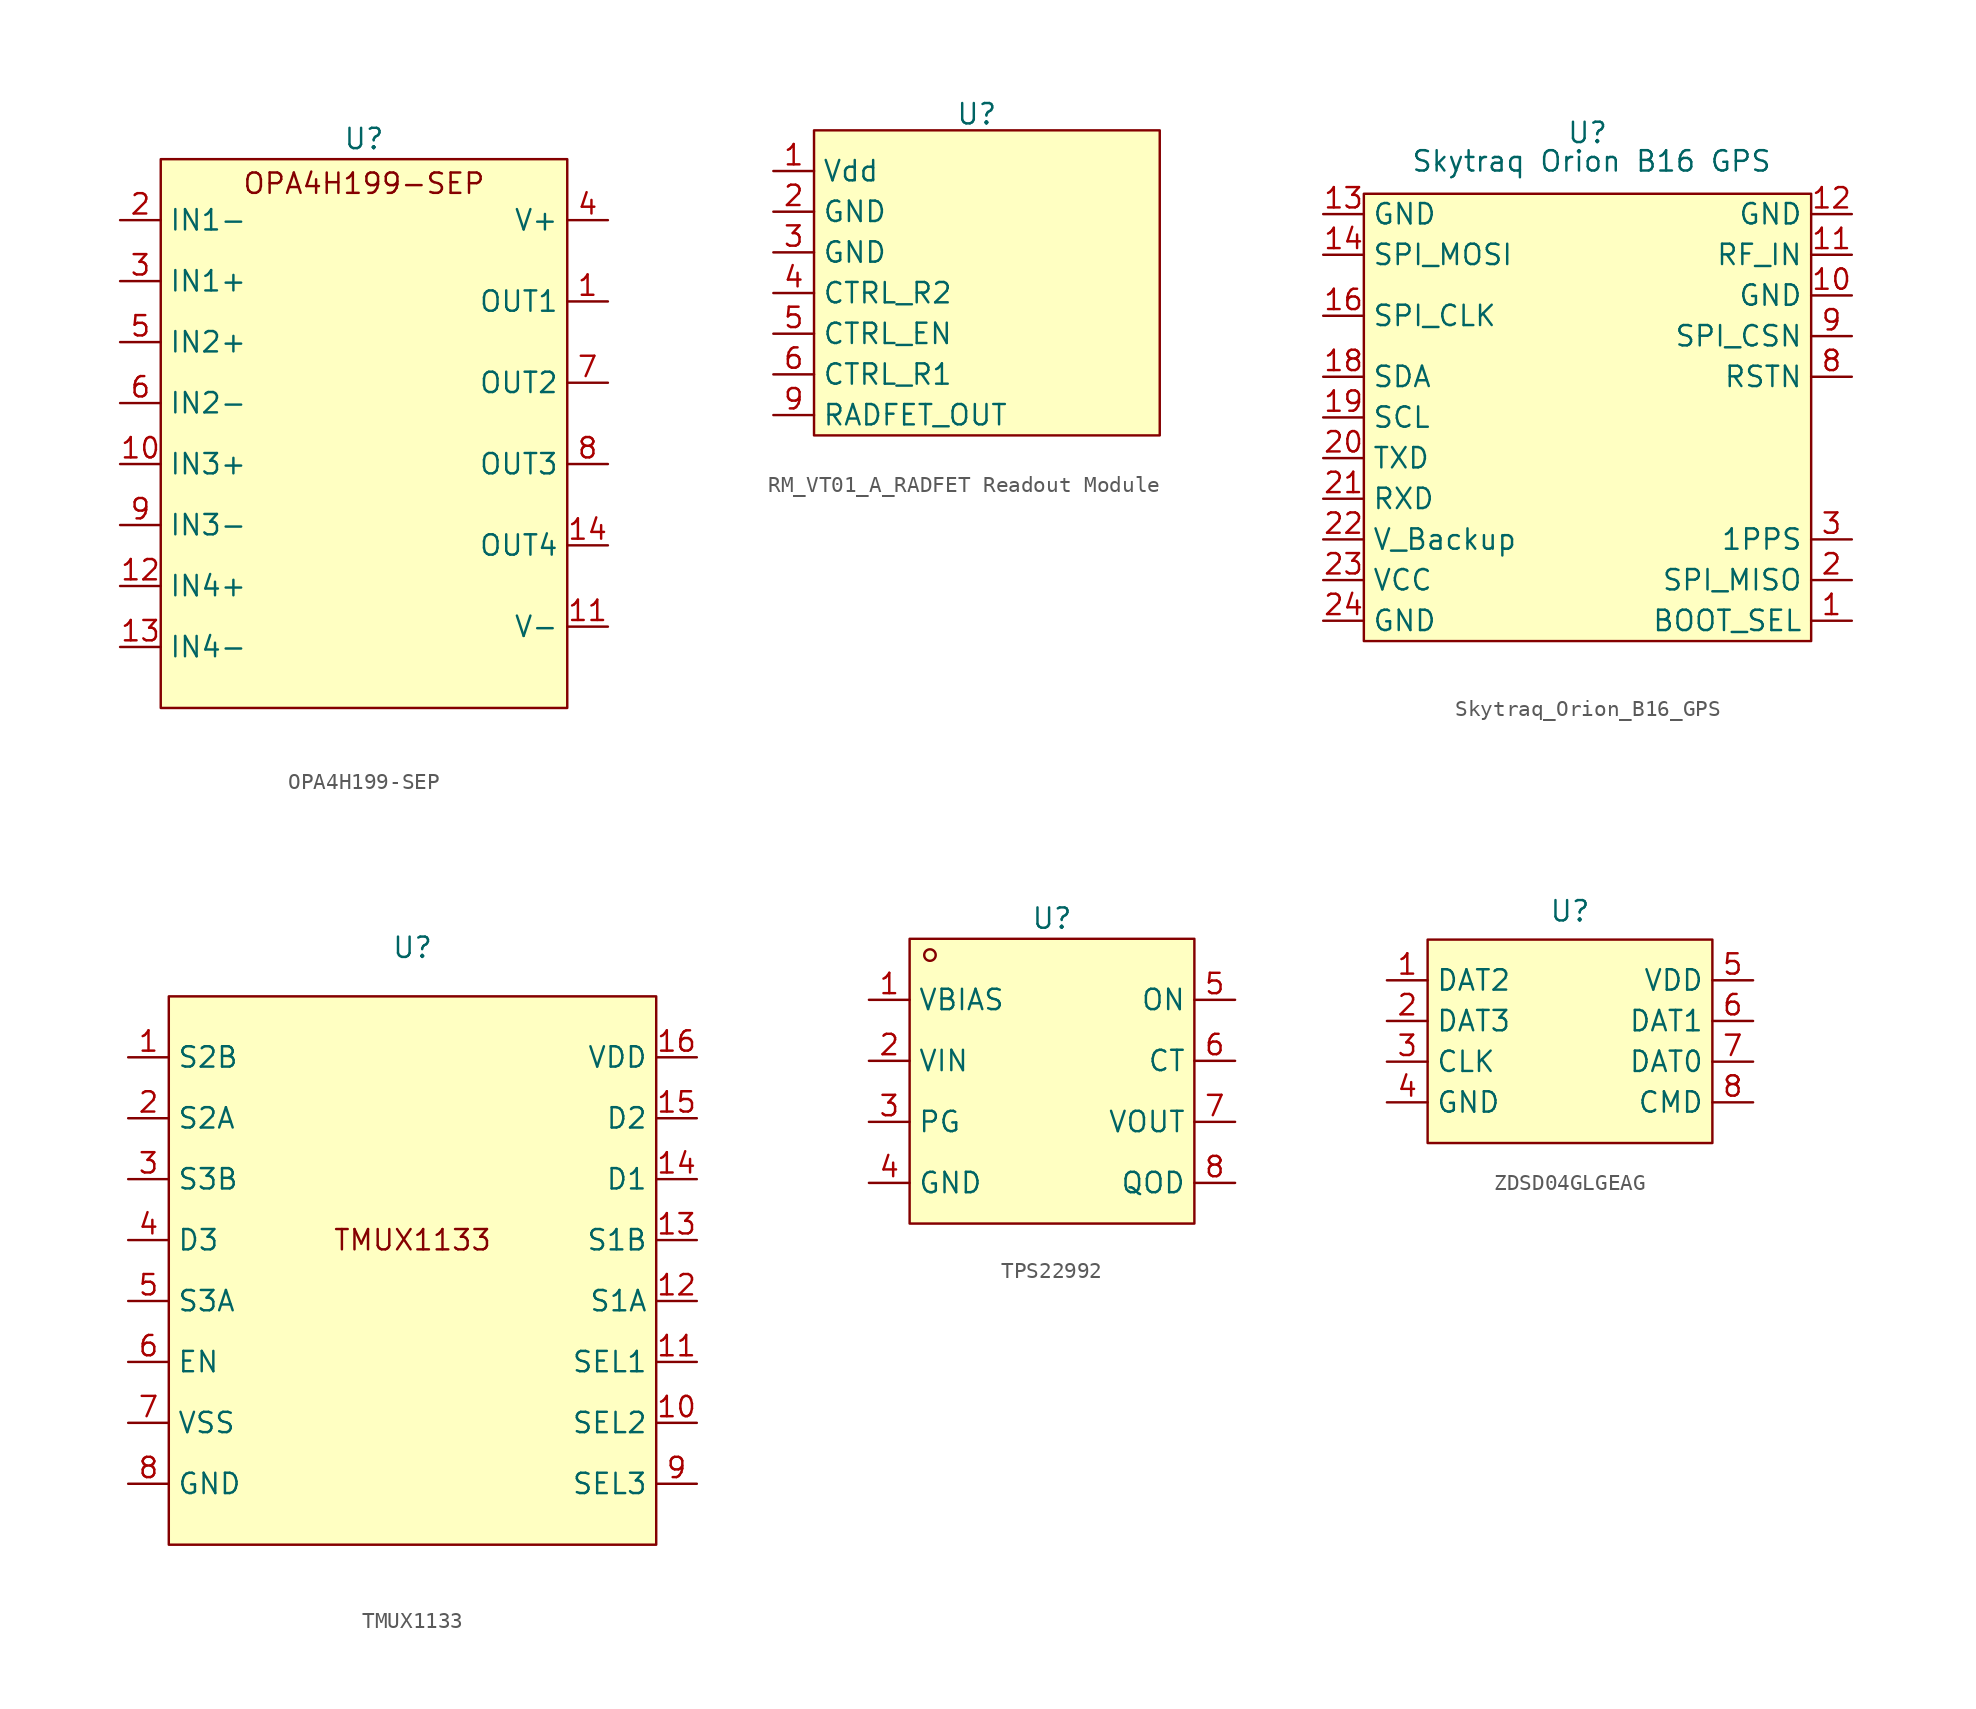
<source format=kicad_sym>
(kicad_symbol_lib
  (version 20241209)
  (generator "kicad_symbol_editor")
  (generator_version "9.0")
  (symbol "OPA4H199-SEP"
    (property "Reference" "U"
      (at 0 1.27 0)
      (effects (font (size 1.27 1.27))))
    (property "Value" ""
      (at 0 0 0)
      (effects (font (size 1.27 1.27))))
    (symbol "OPA4H199-SEP_1_1"
      (rectangle (start -12.7 0) (end 12.7 -34.29) (stroke (width 0) (type solid)) (fill (type background)))
      (text "OPA4H199-SEP" (at 0 -1.524 0) (effects (font (size 1.27 1.27))))
      (pin input line (at -15.24 -3.81 0) (length 2.54) (name "IN1-" (effects (font (size 1.27 1.27)))) (number "2" (effects (font (size 1.27 1.27)))))
      (pin input line (at -15.24 -7.62 0) (length 2.54) (name "IN1+" (effects (font (size 1.27 1.27)))) (number "3" (effects (font (size 1.27 1.27)))))
      (pin input line (at -15.24 -11.43 0) (length 2.54) (name "IN2+" (effects (font (size 1.27 1.27)))) (number "5" (effects (font (size 1.27 1.27)))))
      (pin input line (at -15.24 -15.24 0) (length 2.54) (name "IN2-" (effects (font (size 1.27 1.27)))) (number "6" (effects (font (size 1.27 1.27)))))
      (pin input line (at -15.24 -19.05 0) (length 2.54) (name "IN3+" (effects (font (size 1.27 1.27)))) (number "10" (effects (font (size 1.27 1.27)))))
      (pin input line (at -15.24 -22.86 0) (length 2.54) (name "IN3-" (effects (font (size 1.27 1.27)))) (number "9" (effects (font (size 1.27 1.27)))))
      (pin input line (at -15.24 -26.67 0) (length 2.54) (name "IN4+" (effects (font (size 1.27 1.27)))) (number "12" (effects (font (size 1.27 1.27)))))
      (pin input line (at -15.24 -30.48 0) (length 2.54) (name "IN4-" (effects (font (size 1.27 1.27)))) (number "13" (effects (font (size 1.27 1.27)))))
      (pin input line (at 15.24 -3.81 180) (length 2.54) (name "V+" (effects (font (size 1.27 1.27)))) (number "4" (effects (font (size 1.27 1.27)))))
      (pin output line (at 15.24 -8.89 180) (length 2.54) (name "OUT1" (effects (font (size 1.27 1.27)))) (number "1" (effects (font (size 1.27 1.27)))))
      (pin output line (at 15.24 -13.97 180) (length 2.54) (name "OUT2" (effects (font (size 1.27 1.27)))) (number "7" (effects (font (size 1.27 1.27)))))
      (pin output line (at 15.24 -19.05 180) (length 2.54) (name "OUT3" (effects (font (size 1.27 1.27)))) (number "8" (effects (font (size 1.27 1.27)))))
      (pin output line (at 15.24 -24.13 180) (length 2.54) (name "OUT4" (effects (font (size 1.27 1.27)))) (number "14" (effects (font (size 1.27 1.27)))))
      (pin input line (at 15.24 -29.21 180) (length 2.54) (name "V-" (effects (font (size 1.27 1.27)))) (number "11" (effects (font (size 1.27 1.27)))))))
  (symbol "RM_VT01_A_RADFET Readout Module"
    (property "Reference" "U"
      (at 0 3.556 0)
      (effects (font (size 1.27 1.27))))
    (property "Value" ""
      (at 0 0 0)
      (effects (font (size 1.27 1.27))))
    (symbol "RM_VT01_A_RADFET Readout Module_1_1"
      (rectangle (start -10.16 2.54) (end 11.43 -16.51) (stroke (width 0) (type solid)) (fill (type background)))
      (pin input line (at -12.7 0 0) (length 2.54) (name "Vdd" (effects (font (size 1.27 1.27)))) (number "1" (effects (font (size 1.27 1.27)))))
      (pin input line (at -12.7 -2.54 0) (length 2.54) (name "GND" (effects (font (size 1.27 1.27)))) (number "2" (effects (font (size 1.27 1.27)))))
      (pin input line (at -12.7 -5.08 0) (length 2.54) (name "GND" (effects (font (size 1.27 1.27)))) (number "3" (effects (font (size 1.27 1.27)))))
      (pin input line (at -12.7 -7.62 0) (length 2.54) (name "CTRL_R2" (effects (font (size 1.27 1.27)))) (number "4" (effects (font (size 1.27 1.27)))))
      (pin input line (at -12.7 -10.16 0) (length 2.54) (name "CTRL_EN" (effects (font (size 1.27 1.27)))) (number "5" (effects (font (size 1.27 1.27)))))
      (pin input line (at -12.7 -12.7 0) (length 2.54) (name "CTRL_R1" (effects (font (size 1.27 1.27)))) (number "6" (effects (font (size 1.27 1.27)))))
      (pin output line (at -12.7 -15.24 0) (length 2.54) (name "RADFET_OUT" (effects (font (size 1.27 1.27)))) (number "9" (effects (font (size 1.27 1.27)))))))
  (symbol "Skytraq_Orion_B16_GPS"
    (property "Reference" "U"
      (at 0 0 0)
      (effects (font (size 1.27 1.27))))
    (property "Value" "Skytraq Orion B16 GPS"
      (at 0.254 -1.778 0)
      (effects (font (size 1.27 1.27))))
    (symbol "Skytraq_Orion_B16_GPS_1_1"
      (rectangle (start -13.97 -3.81) (end 13.97 -31.75) (stroke (width 0) (type solid)) (fill (type background)))
      (pin input line (at -16.51 -5.08 0) (length 2.54) (name "GND" (effects (font (size 1.27 1.27)))) (number "13" (effects (font (size 1.27 1.27)))))
      (pin input line (at -16.51 -7.62 0) (length 2.54) (name "SPI_MOSI" (effects (font (size 1.27 1.27)))) (number "14" (effects (font (size 1.27 1.27)))))
      (pin input line (at -16.51 -11.43 0) (length 2.54) (name "SPI_CLK" (effects (font (size 1.27 1.27)))) (number "16" (effects (font (size 1.27 1.27)))))
      (pin bidirectional line (at -16.51 -15.24 0) (length 2.54) (name "SDA" (effects (font (size 1.27 1.27)))) (number "18" (effects (font (size 1.27 1.27)))))
      (pin bidirectional line (at -16.51 -17.78 0) (length 2.54) (name "SCL" (effects (font (size 1.27 1.27)))) (number "19" (effects (font (size 1.27 1.27)))))
      (pin output line (at -16.51 -20.32 0) (length 2.54) (name "TXD" (effects (font (size 1.27 1.27)))) (number "20" (effects (font (size 1.27 1.27)))))
      (pin input line (at -16.51 -22.86 0) (length 2.54) (name "RXD" (effects (font (size 1.27 1.27)))) (number "21" (effects (font (size 1.27 1.27)))))
      (pin input line (at -16.51 -25.4 0) (length 2.54) (name "V_Backup" (effects (font (size 1.27 1.27)))) (number "22" (effects (font (size 1.27 1.27)))))
      (pin input line (at -16.51 -27.94 0) (length 2.54) (name "VCC" (effects (font (size 1.27 1.27)))) (number "23" (effects (font (size 1.27 1.27)))))
      (pin input line (at -16.51 -30.48 0) (length 2.54) (name "GND" (effects (font (size 1.27 1.27)))) (number "24" (effects (font (size 1.27 1.27)))))
      (pin input line (at 16.51 -5.08 180) (length 2.54) (name "GND" (effects (font (size 1.27 1.27)))) (number "12" (effects (font (size 1.27 1.27)))))
      (pin output line (at 16.51 -7.62 180) (length 2.54) (name "RF_IN" (effects (font (size 1.27 1.27)))) (number "11" (effects (font (size 1.27 1.27)))))
      (pin input line (at 16.51 -10.16 180) (length 2.54) (name "GND" (effects (font (size 1.27 1.27)))) (number "10" (effects (font (size 1.27 1.27)))))
      (pin input line (at 16.51 -12.7 180) (length 2.54) (name "SPI_CSN" (effects (font (size 1.27 1.27)))) (number "9" (effects (font (size 1.27 1.27)))))
      (pin input line (at 16.51 -15.24 180) (length 2.54) (name "RSTN" (effects (font (size 1.27 1.27)))) (number "8" (effects (font (size 1.27 1.27)))))
      (pin input line (at 16.51 -25.4 180) (length 2.54) (name "1PPS" (effects (font (size 1.27 1.27)))) (number "3" (effects (font (size 1.27 1.27)))))
      (pin output line (at 16.51 -27.94 180) (length 2.54) (name "SPI_MISO" (effects (font (size 1.27 1.27)))) (number "2" (effects (font (size 1.27 1.27)))))
      (pin input line (at 16.51 -30.48 180) (length 2.54) (name "BOOT_SEL" (effects (font (size 1.27 1.27)))) (number "1" (effects (font (size 1.27 1.27)))))))
  (symbol "TMUX1133"
    (property "Reference" "U"
      (at 0 3.048 0)
      (effects (font (size 1.27 1.27))))
    (property "Value" ""
      (at 0 0 0)
      (effects (font (size 1.27 1.27))))
    (symbol "TMUX1133_1_1"
      (rectangle (start -15.24 0) (end 15.24 -34.29) (stroke (width 0) (type solid)) (fill (type background)))
      (text "TMUX1133" (at 0 -15.24 0) (effects (font (size 1.27 1.27))))
      (pin bidirectional line (at -17.78 -3.81 0) (length 2.54) (name "S2B" (effects (font (size 1.27 1.27)))) (number "1" (effects (font (size 1.27 1.27)))))
      (pin bidirectional line (at -17.78 -7.62 0) (length 2.54) (name "S2A" (effects (font (size 1.27 1.27)))) (number "2" (effects (font (size 1.27 1.27)))))
      (pin bidirectional line (at -17.78 -11.43 0) (length 2.54) (name "S3B" (effects (font (size 1.27 1.27)))) (number "3" (effects (font (size 1.27 1.27)))))
      (pin bidirectional line (at -17.78 -15.24 0) (length 2.54) (name "D3" (effects (font (size 1.27 1.27)))) (number "4" (effects (font (size 1.27 1.27)))))
      (pin bidirectional line (at -17.78 -19.05 0) (length 2.54) (name "S3A" (effects (font (size 1.27 1.27)))) (number "5" (effects (font (size 1.27 1.27)))))
      (pin input line (at -17.78 -22.86 0) (length 2.54) (name "EN" (effects (font (size 1.27 1.27)))) (number "6" (effects (font (size 1.27 1.27)))))
      (pin input line (at -17.78 -26.67 0) (length 2.54) (name "VSS" (effects (font (size 1.27 1.27)))) (number "7" (effects (font (size 1.27 1.27)))))
      (pin input line (at -17.78 -30.48 0) (length 2.54) (name "GND" (effects (font (size 1.27 1.27)))) (number "8" (effects (font (size 1.27 1.27)))))
      (pin input line (at 17.78 -3.81 180) (length 2.54) (name "VDD" (effects (font (size 1.27 1.27)))) (number "16" (effects (font (size 1.27 1.27)))))
      (pin bidirectional line (at 17.78 -7.62 180) (length 2.54) (name "D2" (effects (font (size 1.27 1.27)))) (number "15" (effects (font (size 1.27 1.27)))))
      (pin bidirectional line (at 17.78 -11.43 180) (length 2.54) (name "D1" (effects (font (size 1.27 1.27)))) (number "14" (effects (font (size 1.27 1.27)))))
      (pin bidirectional line (at 17.78 -15.24 180) (length 2.54) (name "S1B" (effects (font (size 1.27 1.27)))) (number "13" (effects (font (size 1.27 1.27)))))
      (pin bidirectional line (at 17.78 -19.05 180) (length 2.54) (name "S1A" (effects (font (size 1.27 1.27)))) (number "12" (effects (font (size 1.27 1.27)))))
      (pin input line (at 17.78 -22.86 180) (length 2.54) (name "SEL1" (effects (font (size 1.27 1.27)))) (number "11" (effects (font (size 1.27 1.27)))))
      (pin input line (at 17.78 -26.67 180) (length 2.54) (name "SEL2" (effects (font (size 1.27 1.27)))) (number "10" (effects (font (size 1.27 1.27)))))
      (pin input line (at 17.78 -30.48 180) (length 2.54) (name "SEL3" (effects (font (size 1.27 1.27)))) (number "9" (effects (font (size 1.27 1.27)))))))
  (symbol "TPS22992"
    (property "Reference" "U"
      (at 0 3.81 0)
      (effects (font (size 1.27 1.27))))
    (property "Value" ""
      (at 0 0 0)
      (effects (font (size 1.27 1.27))))
    (symbol "TPS22992_1_1"
      (rectangle (start -8.89 2.54) (end 8.89 -15.24) (stroke (width 0) (type solid)) (fill (type background)))
      (circle (center -7.62 1.524) (radius 0.359) (stroke (width 0) (type default)) (fill (type none)))
      (pin power_out line (at -11.43 -1.27 0) (length 2.54) (name "VBIAS" (effects (font (size 1.27 1.27)))) (number "1" (effects (font (size 1.27 1.27)))))
      (pin power_in line (at -11.43 -5.08 0) (length 2.54) (name "VIN" (effects (font (size 1.27 1.27)))) (number "2" (effects (font (size 1.27 1.27)))))
      (pin input line (at -11.43 -8.89 0) (length 2.54) (name "PG" (effects (font (size 1.27 1.27)))) (number "3" (effects (font (size 1.27 1.27)))))
      (pin input line (at -11.43 -12.7 0) (length 2.54) (name "GND" (effects (font (size 1.27 1.27)))) (number "4" (effects (font (size 1.27 1.27)))))
      (pin input line (at 11.43 -1.27 180) (length 2.54) (name "ON" (effects (font (size 1.27 1.27)))) (number "5" (effects (font (size 1.27 1.27)))))
      (pin input line (at 11.43 -5.08 180) (length 2.54) (name "CT" (effects (font (size 1.27 1.27)))) (number "6" (effects (font (size 1.27 1.27)))))
      (pin input line (at 11.43 -8.89 180) (length 2.54) (name "VOUT" (effects (font (size 1.27 1.27)))) (number "7" (effects (font (size 1.27 1.27)))))
      (pin input line (at 11.43 -12.7 180) (length 2.54) (name "QOD" (effects (font (size 1.27 1.27)))) (number "8" (effects (font (size 1.27 1.27)))))))
  (symbol "ZDSD04GLGEAG"
    (property "Reference" "U"
      (at 0 1.778 0)
      (effects (font (size 1.27 1.27))))
    (property "Value" ""
      (at 0 0 0)
      (effects (font (size 1.27 1.27))))
    (symbol "ZDSD04GLGEAG_1_1"
      (rectangle (start -8.89 0) (end 8.89 -12.7) (stroke (width 0) (type solid)) (fill (type background)))
      (pin input line (at -11.43 -2.54 0) (length 2.54) (name "DAT2" (effects (font (size 1.27 1.27)))) (number "1" (effects (font (size 1.27 1.27)))))
      (pin input line (at -11.43 -5.08 0) (length 2.54) (name "DAT3" (effects (font (size 1.27 1.27)))) (number "2" (effects (font (size 1.27 1.27)))))
      (pin input line (at -11.43 -7.62 0) (length 2.54) (name "CLK" (effects (font (size 1.27 1.27)))) (number "3" (effects (font (size 1.27 1.27)))))
      (pin input line (at -11.43 -10.16 0) (length 2.54) (name "GND" (effects (font (size 1.27 1.27)))) (number "4" (effects (font (size 1.27 1.27)))))
      (pin input line (at 11.43 -2.54 180) (length 2.54) (name "VDD" (effects (font (size 1.27 1.27)))) (number "5" (effects (font (size 1.27 1.27)))))
      (pin input line (at 11.43 -5.08 180) (length 2.54) (name "DAT1" (effects (font (size 1.27 1.27)))) (number "6" (effects (font (size 1.27 1.27)))))
      (pin input line (at 11.43 -7.62 180) (length 2.54) (name "DAT0" (effects (font (size 1.27 1.27)))) (number "7" (effects (font (size 1.27 1.27)))))
      (pin input line (at 11.43 -10.16 180) (length 2.54) (name "CMD" (effects (font (size 1.27 1.27)))) (number "8" (effects (font (size 1.27 1.27))))))))
</source>
